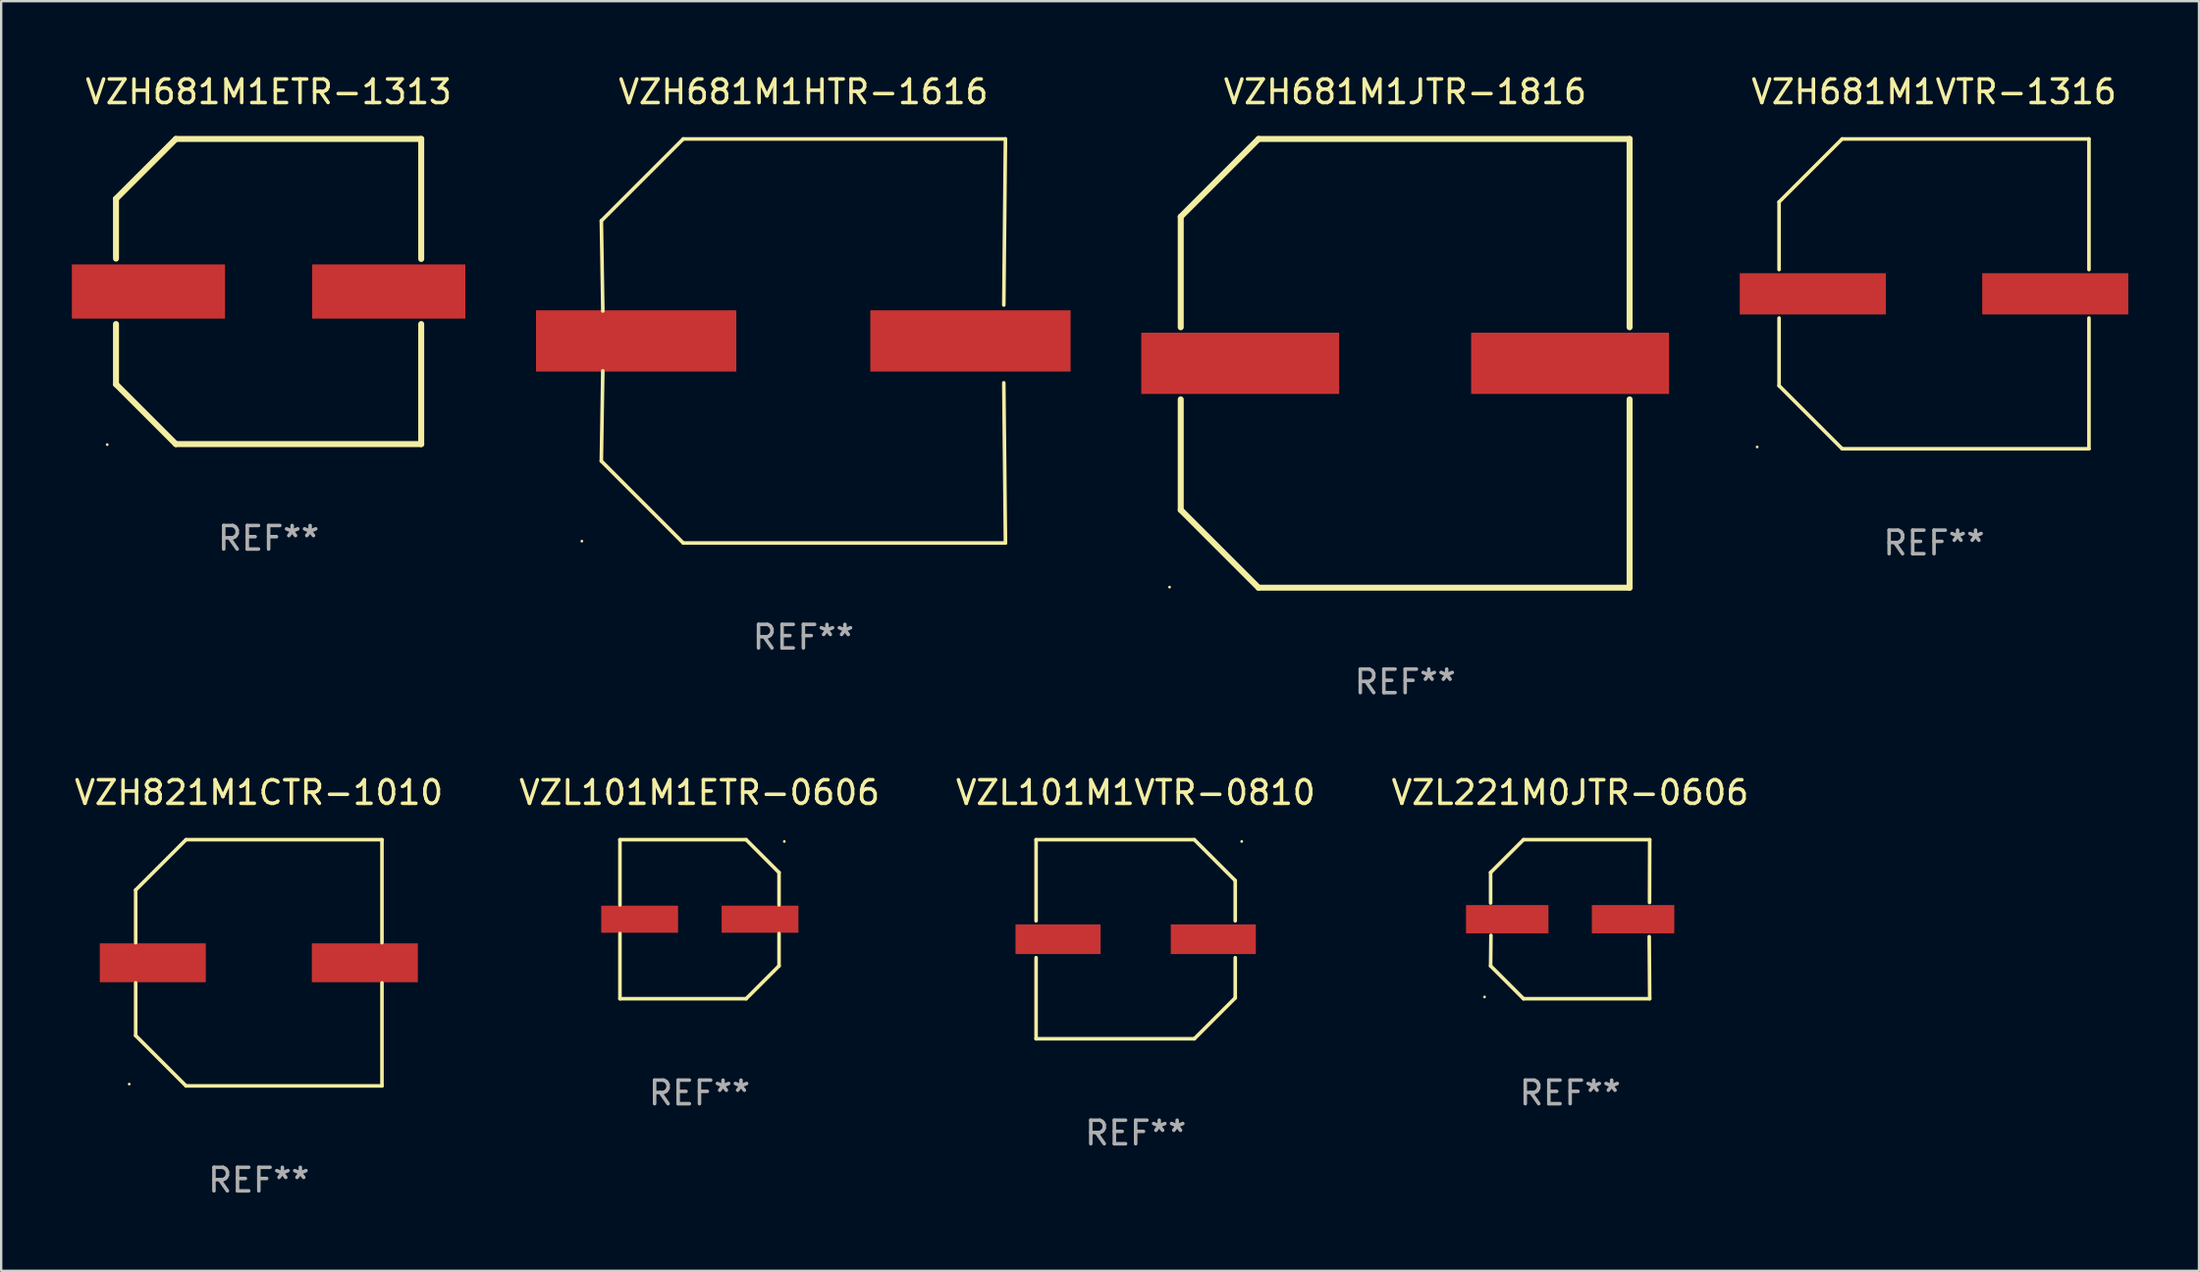
<source format=kicad_pcb>
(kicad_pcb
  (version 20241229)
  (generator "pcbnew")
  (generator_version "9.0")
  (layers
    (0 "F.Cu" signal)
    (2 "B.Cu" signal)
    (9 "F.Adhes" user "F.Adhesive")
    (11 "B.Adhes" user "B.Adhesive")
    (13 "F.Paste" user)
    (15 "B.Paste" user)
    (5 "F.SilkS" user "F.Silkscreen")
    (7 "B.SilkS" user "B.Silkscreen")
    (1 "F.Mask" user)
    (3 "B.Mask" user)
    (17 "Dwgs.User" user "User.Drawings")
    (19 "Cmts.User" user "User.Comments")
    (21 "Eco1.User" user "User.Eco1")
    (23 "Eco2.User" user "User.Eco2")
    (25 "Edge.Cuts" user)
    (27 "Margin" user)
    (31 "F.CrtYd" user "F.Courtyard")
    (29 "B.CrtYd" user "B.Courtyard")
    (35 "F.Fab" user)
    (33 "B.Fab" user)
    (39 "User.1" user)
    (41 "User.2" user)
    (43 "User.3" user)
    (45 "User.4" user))
  (footprint "VZH681M1VTR-1316"
    (layer "F.Cu")
    (at 79.032 9.424)
    (property "Reference" "VZH681M1VTR-1316" (at 0 -8.576 0) (layer "F.SilkS") (effects (font (size 1 1) (thickness 0.15))))
    (attr through_hole)
    (fp_line (start -6.576 -3.9) (end -6.576 -1.027) (stroke (width 0.152) (type solid)) (layer "F.SilkS"))
    (fp_line (start -6.576 3.9) (end -6.576 1.027) (stroke (width 0.152) (type solid)) (layer "F.SilkS"))
    (fp_line (start -3.9 -6.576) (end -6.576 -3.9) (stroke (width 0.152) (type solid)) (layer "F.SilkS"))
    (fp_line (start -3.9 6.576) (end -6.576 3.9) (stroke (width 0.152) (type solid)) (layer "F.SilkS"))
    (fp_line (start 6.576 -6.576) (end -3.9 -6.576) (stroke (width 0.152) (type solid)) (layer "F.SilkS"))
    (fp_line (start 6.576 -1.027) (end 6.576 -6.576) (stroke (width 0.152) (type solid)) (layer "F.SilkS"))
    (fp_line (start 6.576 1.027) (end 6.576 6.576) (stroke (width 0.152) (type solid)) (layer "F.SilkS"))
    (fp_line (start 6.576 6.576) (end -3.9 6.576) (stroke (width 0.152) (type solid)) (layer "F.SilkS"))
    (fp_circle (center -7.506 6.5) (end -7.476 6.5) (stroke (width 0.06) (type solid)) (fill no) (layer "F.SilkS"))
    (fp_text user "REF**" (at 0 10.576 0) (layer "F.Fab") (effects (font (size 1 1) (thickness 0.15))))
    (pad "1" smd rect (at -5.145 0) (size 6.2 1.75) (layers "F.Cu" "F.Mask" "F.Paste"))
    (pad "2" smd rect (at 5.145 0) (size 6.2 1.75) (layers "F.Cu" "F.Mask" "F.Paste")))
  (footprint "VZH681M1JTR-1816"
    (layer "F.Cu")
    (at 56.587 12.373)
    (property "Reference" "VZH681M1JTR-1816" (at 0 -11.525 0) (layer "F.SilkS") (effects (font (size 1 1) (thickness 0.15))))
    (attr through_hole)
    (fp_line (start -9.525 -6.223) (end -9.525 -1.531) (stroke (width 0.254) (type solid)) (layer "F.SilkS"))
    (fp_line (start -9.525 1.531) (end -9.525 6.223) (stroke (width 0.254) (type solid)) (layer "F.SilkS"))
    (fp_line (start -9.525 6.223) (end -6.223 9.525) (stroke (width 0.254) (type solid)) (layer "F.SilkS"))
    (fp_line (start -6.223 -9.525) (end -9.525 -6.223) (stroke (width 0.254) (type solid)) (layer "F.SilkS"))
    (fp_line (start -6.223 9.525) (end 9.525 9.525) (stroke (width 0.254) (type solid)) (layer "F.SilkS"))
    (fp_line (start 9.525 -9.525) (end -6.223 -9.525) (stroke (width 0.254) (type solid)) (layer "F.SilkS"))
    (fp_line (start 9.525 -1.531) (end 9.525 -9.525) (stroke (width 0.254) (type solid)) (layer "F.SilkS"))
    (fp_line (start 9.525 9.525) (end 9.525 1.531) (stroke (width 0.254) (type solid)) (layer "F.SilkS"))
    (fp_circle (center -10 9.5) (end -9.97 9.5) (stroke (width 0.06) (type solid)) (fill no) (layer "F.SilkS"))
    (fp_text user "REF**" (at 0 13.525 0) (layer "F.Fab") (effects (font (size 1 1) (thickness 0.15))))
    (pad "1" smd rect (at -7 0) (size 8.4 2.6) (layers "F.Cu" "F.Mask" "F.Paste"))
    (pad "2" smd rect (at 7 0) (size 8.4 2.6) (layers "F.Cu" "F.Mask" "F.Paste")))
  (footprint "VZH821M1CTR-1010"
    (layer "F.Cu")
    (at 7.935 37.821)
    (property "Reference" "VZH821M1CTR-1010" (at 0 -7.226 0) (layer "F.SilkS") (effects (font (size 1 1) (thickness 0.15))))
    (attr through_hole)
    (fp_line (start -5.226 -3.09) (end -5.226 -0.852) (stroke (width 0.152) (type solid)) (layer "F.SilkS"))
    (fp_line (start -5.226 3.09) (end -5.226 0.852) (stroke (width 0.152) (type solid)) (layer "F.SilkS"))
    (fp_line (start -3.09 -5.226) (end -5.226 -3.09) (stroke (width 0.152) (type solid)) (layer "F.SilkS"))
    (fp_line (start -3.09 5.226) (end -5.226 3.09) (stroke (width 0.152) (type solid)) (layer "F.SilkS"))
    (fp_line (start 5.226 -5.226) (end -3.09 -5.226) (stroke (width 0.152) (type solid)) (layer "F.SilkS"))
    (fp_line (start 5.226 -0.852) (end 5.226 -5.226) (stroke (width 0.152) (type solid)) (layer "F.SilkS"))
    (fp_line (start 5.226 0.852) (end 5.226 5.226) (stroke (width 0.152) (type solid)) (layer "F.SilkS"))
    (fp_line (start 5.226 5.226) (end -3.09 5.226) (stroke (width 0.152) (type solid)) (layer "F.SilkS"))
    (fp_circle (center -5.5 5.15) (end -5.47 5.15) (stroke (width 0.06) (type solid)) (fill no) (layer "F.SilkS"))
    (fp_text user "REF**" (at 0 9.226 0) (layer "F.Fab") (effects (font (size 1 1) (thickness 0.15))))
    (pad "1" smd rect (at -4.5 -0.000025) (size 4.5 1.65) (layers "F.Cu" "F.Mask" "F.Paste"))
    (pad "2" smd rect (at 4.5 -0.000025) (size 4.5 1.65) (layers "F.Cu" "F.Mask" "F.Paste")))
  (footprint "VZL221M0JTR-0606"
    (layer "F.Cu")
    (at 63.589 35.971)
    (property "Reference" "VZL221M0JTR-0606" (at 0 -5.376 0) (layer "F.SilkS") (effects (font (size 1 1) (thickness 0.15))))
    (attr through_hole)
    (fp_line (start -3.376 -1.98) (end -3.376 -0.686) (stroke (width 0.152) (type solid)) (layer "F.SilkS"))
    (fp_line (start -3.376 1.981) (end -3.362 0.686) (stroke (width 0.152) (type solid)) (layer "F.SilkS"))
    (fp_line (start -1.981 3.376) (end -3.376 1.981) (stroke (width 0.152) (type solid)) (layer "F.SilkS"))
    (fp_line (start -1.98 -3.376) (end -3.376 -1.98) (stroke (width 0.152) (type solid)) (layer "F.SilkS"))
    (fp_line (start 3.356 0.74) (end 3.376 3.376) (stroke (width 0.152) (type solid)) (layer "F.SilkS"))
    (fp_line (start 3.369 -0.707) (end 3.376 -3.376) (stroke (width 0.152) (type solid)) (layer "F.SilkS"))
    (fp_line (start 3.376 3.376) (end -1.981 3.376) (stroke (width 0.152) (type solid)) (layer "F.SilkS"))
    (fp_line (start 3.376 -3.376) (end -1.98 -3.376) (stroke (width 0.152) (type solid)) (layer "F.SilkS"))
    (fp_circle (center -3.634 3.3) (end -3.604 3.3) (stroke (width 0.06) (type solid)) (fill no) (layer "F.SilkS"))
    (fp_text user "REF**" (at 0 7.376 0) (layer "F.Fab") (effects (font (size 1 1) (thickness 0.15))))
    (pad "1" smd rect (at -2.67 0.000254) (size 3.5 1.2) (layers "F.Cu" "F.Mask" "F.Paste"))
    (pad "2" smd rect (at 2.67 0.000254) (size 3.5 1.2) (layers "F.Cu" "F.Mask" "F.Paste")))
  (footprint "VZH681M1ETR-1313"
    (layer "F.Cu")
    (at 8.35 9.325)
    (property "Reference" "VZH681M1ETR-1313" (at 0 -8.477 0) (layer "F.SilkS") (effects (font (size 1 1) (thickness 0.15))))
    (attr through_hole)
    (fp_line (start -6.477 -3.937) (end -6.477 -1.397) (stroke (width 0.254) (type solid)) (layer "F.SilkS"))
    (fp_line (start -6.477 1.381) (end -6.477 3.937) (stroke (width 0.254) (type solid)) (layer "F.SilkS"))
    (fp_line (start -6.477 3.937) (end -3.937 6.477) (stroke (width 0.254) (type solid)) (layer "F.SilkS"))
    (fp_line (start -3.937 -6.477) (end -6.477 -3.937) (stroke (width 0.254) (type solid)) (layer "F.SilkS"))
    (fp_line (start -3.937 6.477) (end 6.477 6.477) (stroke (width 0.254) (type solid)) (layer "F.SilkS"))
    (fp_line (start 6.477 -6.477) (end -3.937 -6.477) (stroke (width 0.254) (type solid)) (layer "F.SilkS"))
    (fp_line (start 6.477 -1.381) (end 6.477 -6.477) (stroke (width 0.254) (type solid)) (layer "F.SilkS"))
    (fp_line (start 6.477 6.477) (end 6.477 1.381) (stroke (width 0.254) (type solid)) (layer "F.SilkS"))
    (fp_circle (center -6.85 6.5) (end -6.82 6.5) (stroke (width 0.06) (type solid)) (fill no) (layer "F.SilkS"))
    (fp_text user "REF**" (at 0 10.477 0) (layer "F.Fab") (effects (font (size 1 1) (thickness 0.15))))
    (pad "1" smd rect (at -5.1 0) (size 6.5 2.3) (layers "F.Cu" "F.Mask" "F.Paste"))
    (pad "2" smd rect (at 5.1 0) (size 6.5 2.3) (layers "F.Cu" "F.Mask" "F.Paste")))
  (footprint "VZL101M1VTR-0810"
    (layer "F.Cu")
    (at 45.149 36.821)
    (property "Reference" "VZL101M1VTR-0810" (at 0 -6.226 0) (layer "F.SilkS") (effects (font (size 1 1) (thickness 0.15))))
    (attr through_hole)
    (fp_line (start -4.226 -4.226) (end 2.49 -4.226) (stroke (width 0.152) (type solid)) (layer "F.SilkS"))
    (fp_line (start -4.226 -0.782) (end -4.226 -4.226) (stroke (width 0.152) (type solid)) (layer "F.SilkS"))
    (fp_line (start -4.226 0.782) (end -4.226 4.226) (stroke (width 0.152) (type solid)) (layer "F.SilkS"))
    (fp_line (start -4.226 4.226) (end 2.49 4.226) (stroke (width 0.152) (type solid)) (layer "F.SilkS"))
    (fp_line (start 2.49 -4.226) (end 4.226 -2.49) (stroke (width 0.152) (type solid)) (layer "F.SilkS"))
    (fp_line (start 2.49 4.226) (end 4.226 2.49) (stroke (width 0.152) (type solid)) (layer "F.SilkS"))
    (fp_line (start 4.226 -2.49) (end 4.226 -0.782) (stroke (width 0.152) (type solid)) (layer "F.SilkS"))
    (fp_line (start 4.226 2.49) (end 4.226 0.782) (stroke (width 0.152) (type solid)) (layer "F.SilkS"))
    (fp_circle (center 4.5 -4.15) (end 4.53 -4.15) (stroke (width 0.06) (type solid)) (fill no) (layer "F.SilkS"))
    (fp_text user "REF**" (at 0 8.226 0) (layer "F.Fab") (effects (font (size 1 1) (thickness 0.15))))
    (pad "1" smd rect (at 3.295 0.000089) (size 3.61 1.26) (layers "F.Cu" "F.Mask" "F.Paste"))
    (pad "2" smd rect (at -3.295 0.000089) (size 3.61 1.26) (layers "F.Cu" "F.Mask" "F.Paste")))
  (footprint "VZL101M1ETR-0606"
    (layer "F.Cu")
    (at 26.637 35.971)
    (property "Reference" "VZL101M1ETR-0606" (at 0 -5.376 0) (layer "F.SilkS") (effects (font (size 1 1) (thickness 0.15))))
    (attr through_hole)
    (fp_line (start -3.376 -3.376) (end 1.98 -3.376) (stroke (width 0.152) (type solid)) (layer "F.SilkS"))
    (fp_line (start -3.376 -0.607) (end -3.376 -3.376) (stroke (width 0.152) (type solid)) (layer "F.SilkS"))
    (fp_line (start -3.376 0.607) (end -3.376 3.376) (stroke (width 0.152) (type solid)) (layer "F.SilkS"))
    (fp_line (start -3.376 3.376) (end 1.98 3.376) (stroke (width 0.152) (type solid)) (layer "F.SilkS"))
    (fp_line (start 1.98 -3.376) (end 3.376 -1.98) (stroke (width 0.152) (type solid)) (layer "F.SilkS"))
    (fp_line (start 1.98 3.376) (end 3.376 1.98) (stroke (width 0.152) (type solid)) (layer "F.SilkS"))
    (fp_line (start 3.376 -1.98) (end 3.376 -0.607) (stroke (width 0.152) (type solid)) (layer "F.SilkS"))
    (fp_line (start 3.376 1.98) (end 3.376 0.607) (stroke (width 0.152) (type solid)) (layer "F.SilkS"))
    (fp_circle (center 3.6 -3.3) (end 3.63 -3.3) (stroke (width 0.06) (type solid)) (fill no) (layer "F.SilkS"))
    (fp_text user "REF**" (at 0 7.376 0) (layer "F.Fab") (effects (font (size 1 1) (thickness 0.15))))
    (pad "1" smd rect (at 2.57 0 180) (size 3.26 1.15) (layers "F.Cu" "F.Mask" "F.Paste"))
    (pad "2" smd rect (at -2.54 0 180) (size 3.26 1.15) (layers "F.Cu" "F.Mask" "F.Paste")))
  (footprint "VZH681M1HTR-1616"
    (layer "F.Cu")
    (at 31.047 11.424)
    (property "Reference" "VZH681M1HTR-1616" (at 0 -10.576 0) (layer "F.SilkS") (effects (font (size 1 1) (thickness 0.15))))
    (attr through_hole)
    (fp_line (start -8.576 5.099) (end -8.513 1.269) (stroke (width 0.152) (type solid)) (layer "F.SilkS"))
    (fp_line (start -8.575 -5.101) (end -8.512 -1.271) (stroke (width 0.152) (type solid)) (layer "F.SilkS"))
    (fp_line (start -5.1 -8.576) (end -8.575 -5.101) (stroke (width 0.152) (type solid)) (layer "F.SilkS"))
    (fp_line (start -5.1 8.576) (end -8.576 5.099) (stroke (width 0.152) (type solid)) (layer "F.SilkS"))
    (fp_line (start 8.505 -1.525) (end 8.575 -8.576) (stroke (width 0.152) (type solid)) (layer "F.SilkS"))
    (fp_line (start 8.505 1.777) (end 8.576 8.576) (stroke (width 0.152) (type solid)) (layer "F.SilkS"))
    (fp_line (start 8.575 -8.576) (end -5.1 -8.576) (stroke (width 0.152) (type solid)) (layer "F.SilkS"))
    (fp_line (start 8.576 8.576) (end -5.1 8.576) (stroke (width 0.152) (type solid)) (layer "F.SilkS"))
    (fp_circle (center -9.402 8.499) (end -9.372 8.499) (stroke (width 0.06) (type solid)) (fill no) (layer "F.SilkS"))
    (fp_text user "REF**" (at 0 12.576 0) (layer "F.Fab") (effects (font (size 1 1) (thickness 0.15))))
    (pad "1" smd rect (at -7.097 -0.001) (size 8.5 2.6) (layers "F.Cu" "F.Mask" "F.Paste"))
    (pad "2" smd rect (at 7.09 -0.001) (size 8.5 2.6) (layers "F.Cu" "F.Mask" "F.Paste")))
  (gr_rect
    (start -3 -3)
    (end 90.277 50.896)
    (stroke (width 0.1) (type default))
    (fill no)
    (layer "Edge.Cuts")))
</source>
